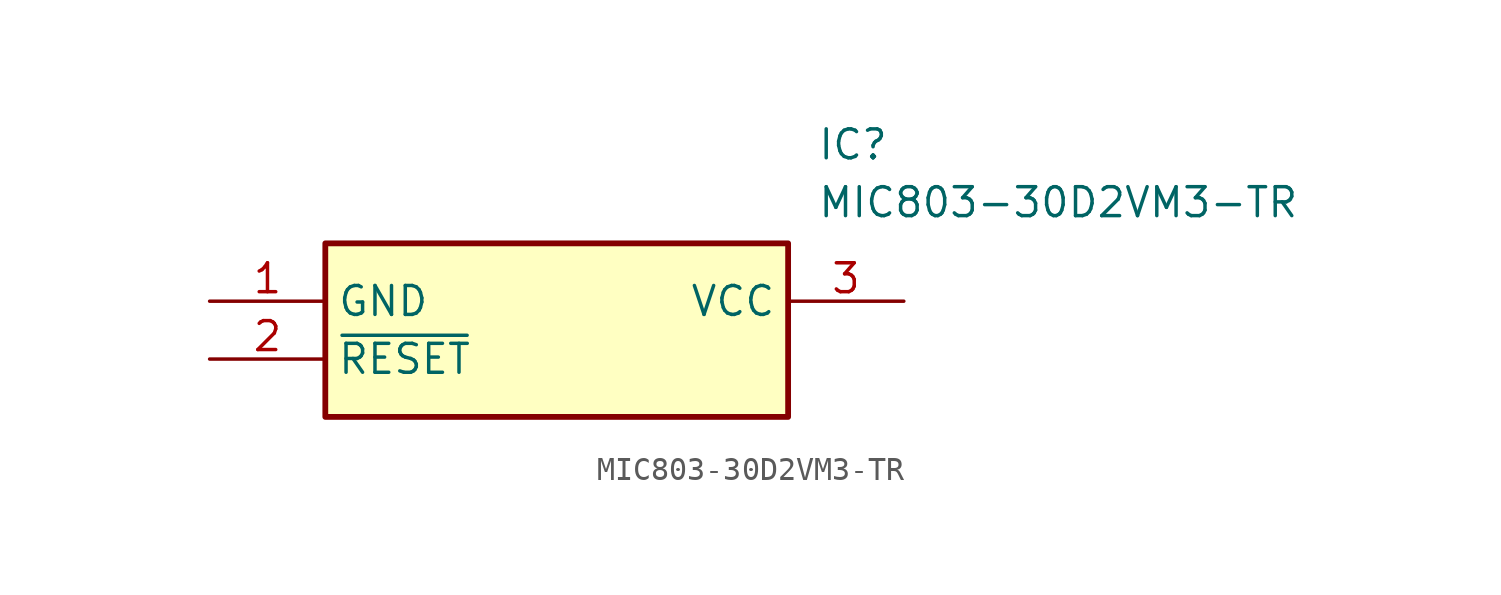
<source format=kicad_sym>
(kicad_symbol_lib
  (version 20211014)
  (generator SamacSys_ECAD_Model)
  (symbol "MIC803-30D2VM3-TR"
    (property "Reference" "IC"
      (at 26.67 7.62 0)
      (effects (font (size 1.27 1.27)) (justify left top)))
    (property "Value" "MIC803-30D2VM3-TR"
      (at 26.67 5.08 0)
      (effects (font (size 1.27 1.27)) (justify left top)))
    (rectangle
      (start 5.08 2.54)
      (end 25.4 -5.08)
      (stroke (width 0.254) (type default))
      (fill (type background)))
    (pin passive line
      (at 0 0 0)
      (length 5.08)
      (name "GND" (effects (font (size 1.27 1.27))))
      (number "1" (effects (font (size 1.27 1.27)))))
    (pin passive line
      (at 0 -2.54 0)
      (length 5.08)
      (name "~{RESET}" (effects (font (size 1.27 1.27))))
      (number "2" (effects (font (size 1.27 1.27)))))
    (pin passive line
      (at 30.48 0 180)
      (length 5.08)
      (name "VCC" (effects (font (size 1.27 1.27))))
      (number "3" (effects (font (size 1.27 1.27)))))))
</source>
